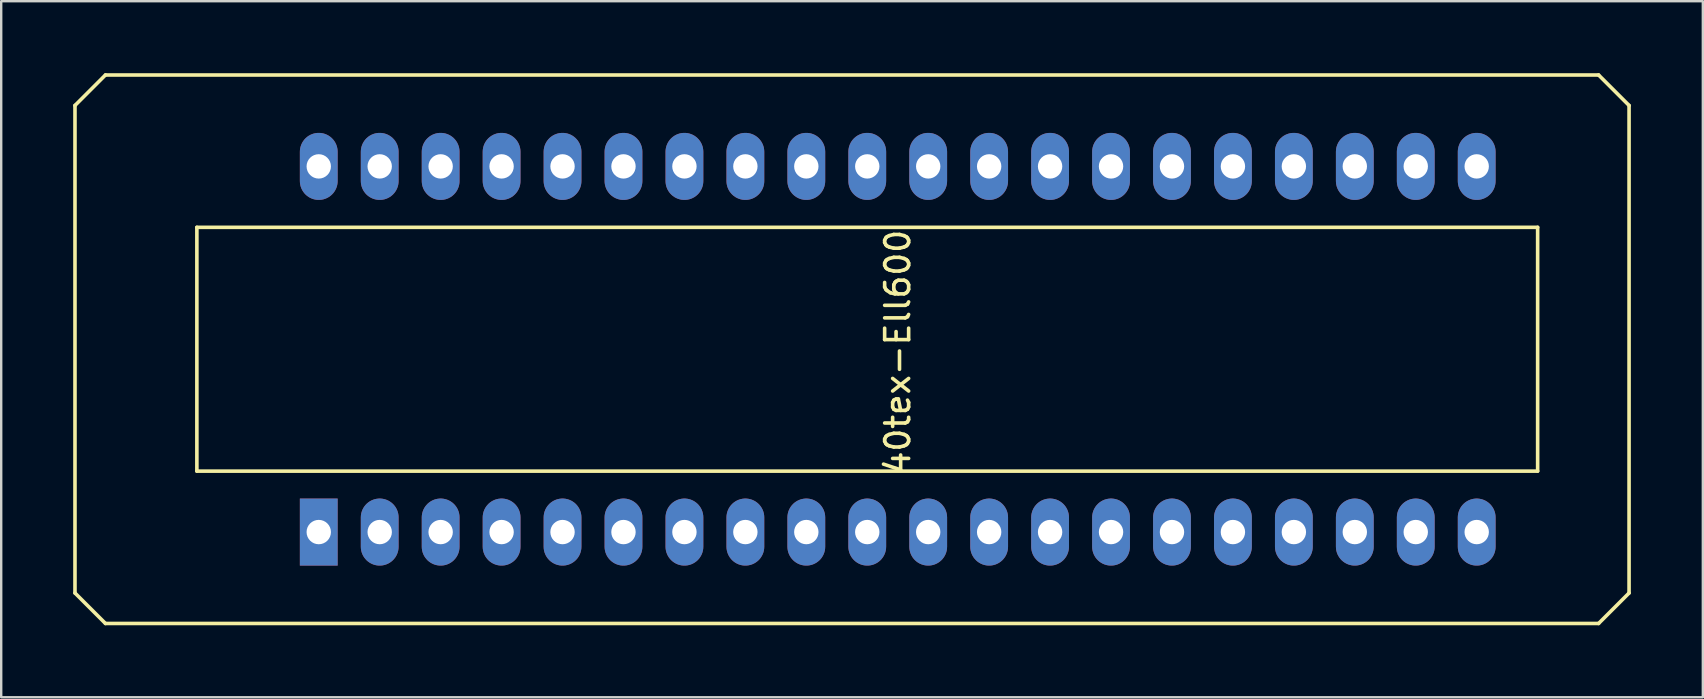
<source format=kicad_pcb>
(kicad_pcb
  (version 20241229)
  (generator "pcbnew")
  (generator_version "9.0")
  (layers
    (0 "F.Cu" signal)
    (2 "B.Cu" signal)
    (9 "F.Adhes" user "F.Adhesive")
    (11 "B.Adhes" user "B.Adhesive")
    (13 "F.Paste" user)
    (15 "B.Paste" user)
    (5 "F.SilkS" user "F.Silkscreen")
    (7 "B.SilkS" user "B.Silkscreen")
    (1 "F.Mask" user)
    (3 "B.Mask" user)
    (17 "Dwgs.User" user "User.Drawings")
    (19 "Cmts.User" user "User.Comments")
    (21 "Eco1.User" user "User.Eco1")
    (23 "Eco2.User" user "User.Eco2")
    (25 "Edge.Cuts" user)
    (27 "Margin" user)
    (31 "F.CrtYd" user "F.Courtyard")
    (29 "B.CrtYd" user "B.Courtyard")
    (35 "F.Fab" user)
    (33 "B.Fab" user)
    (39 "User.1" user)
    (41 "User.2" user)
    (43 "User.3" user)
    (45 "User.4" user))
  (footprint "40tex-Ell600"
    (layer "F.Cu")
    (at 34.365 11.505)
    (property "Reference" "40tex-Ell600" (at 0 0.122 90) (layer "F.SilkS") (effects (font (size 1 1) (thickness 0.15))))
    (attr through_hole)
    (fp_line (start -34.29 -10.16) (end -33.02 -11.43) (stroke (width 0.15) (type solid)) (layer "F.SilkS"))
    (fp_line (start -34.29 10.16) (end -34.29 -10.16) (stroke (width 0.15) (type solid)) (layer "F.SilkS"))
    (fp_line (start -33.02 -11.43) (end 29.21 -11.43) (stroke (width 0.15) (type solid)) (layer "F.SilkS"))
    (fp_line (start -33.02 11.43) (end -34.29 10.16) (stroke (width 0.15) (type solid)) (layer "F.SilkS"))
    (fp_line (start -29.21 -5.08) (end 26.67 -5.08) (stroke (width 0.15) (type solid)) (layer "F.SilkS"))
    (fp_line (start -29.21 5.08) (end -29.21 -5.08) (stroke (width 0.15) (type solid)) (layer "F.SilkS"))
    (fp_line (start 26.67 -5.08) (end 26.67 5.08) (stroke (width 0.15) (type solid)) (layer "F.SilkS"))
    (fp_line (start 26.67 5.08) (end -29.21 5.08) (stroke (width 0.15) (type solid)) (layer "F.SilkS"))
    (fp_line (start 29.21 11.43) (end -33.02 11.43) (stroke (width 0.15) (type solid)) (layer "F.SilkS"))
    (fp_line (start 29.21 11.43) (end 30.48 10.16) (stroke (width 0.15) (type solid)) (layer "F.SilkS"))
    (fp_line (start 30.48 -10.16) (end 29.21 -11.43) (stroke (width 0.15) (type solid)) (layer "F.SilkS"))
    (fp_line (start 30.48 10.16) (end 30.48 -10.16) (stroke (width 0.15) (type solid)) (layer "F.SilkS"))
    (pad "1" thru_hole rect (at -24.13 7.62) (size 1.575 2.794) (drill 1.016) (layers "*.Cu" "*.Mask"))
    (pad "2" thru_hole oval (at -21.59 7.62) (size 1.575 2.794) (drill 1.016) (layers "*.Cu" "*.Mask"))
    (pad "3" thru_hole oval (at -19.05 7.62) (size 1.575 2.794) (drill 1.016) (layers "*.Cu" "*.Mask"))
    (pad "4" thru_hole oval (at -16.51 7.62) (size 1.575 2.794) (drill 1.016) (layers "*.Cu" "*.Mask"))
    (pad "5" thru_hole oval (at -13.97 7.62) (size 1.575 2.794) (drill 1.016) (layers "*.Cu" "*.Mask"))
    (pad "6" thru_hole oval (at -11.43 7.62) (size 1.575 2.794) (drill 1.016) (layers "*.Cu" "*.Mask"))
    (pad "7" thru_hole oval (at -8.89 7.62) (size 1.575 2.794) (drill 1.016) (layers "*.Cu" "*.Mask"))
    (pad "8" thru_hole oval (at -6.35 7.62) (size 1.575 2.794) (drill 1.016) (layers "*.Cu" "*.Mask"))
    (pad "9" thru_hole oval (at -3.81 7.62) (size 1.575 2.794) (drill 1.016) (layers "*.Cu" "*.Mask"))
    (pad "10" thru_hole oval (at -1.27 7.62) (size 1.575 2.794) (drill 1.016) (layers "*.Cu" "*.Mask"))
    (pad "11" thru_hole oval (at 1.27 7.62) (size 1.575 2.794) (drill 1.016) (layers "*.Cu" "*.Mask"))
    (pad "12" thru_hole oval (at 3.81 7.62) (size 1.575 2.794) (drill 1.016) (layers "*.Cu" "*.Mask"))
    (pad "13" thru_hole oval (at 6.35 7.62) (size 1.575 2.794) (drill 1.016) (layers "*.Cu" "*.Mask"))
    (pad "14" thru_hole oval (at 8.89 7.62) (size 1.575 2.794) (drill 1.016) (layers "*.Cu" "*.Mask"))
    (pad "15" thru_hole oval (at 11.43 7.62) (size 1.575 2.794) (drill 1.016) (layers "*.Cu" "*.Mask"))
    (pad "16" thru_hole oval (at 13.97 7.62) (size 1.575 2.794) (drill 1.016) (layers "*.Cu" "*.Mask"))
    (pad "17" thru_hole oval (at 16.51 7.62) (size 1.575 2.794) (drill 1.016) (layers "*.Cu" "*.Mask"))
    (pad "18" thru_hole oval (at 19.05 7.62) (size 1.575 2.794) (drill 1.016) (layers "*.Cu" "*.Mask"))
    (pad "19" thru_hole oval (at 21.59 7.62) (size 1.575 2.794) (drill 1.016) (layers "*.Cu" "*.Mask"))
    (pad "20" thru_hole oval (at 24.13 7.62) (size 1.575 2.794) (drill 1.016) (layers "*.Cu" "*.Mask"))
    (pad "21" thru_hole oval (at 24.13 -7.62) (size 1.575 2.794) (drill 1.016) (layers "*.Cu" "*.Mask"))
    (pad "22" thru_hole oval (at 21.59 -7.62) (size 1.575 2.794) (drill 1.016) (layers "*.Cu" "*.Mask"))
    (pad "23" thru_hole oval (at 19.05 -7.62) (size 1.575 2.794) (drill 1.016) (layers "*.Cu" "*.Mask"))
    (pad "24" thru_hole oval (at 16.51 -7.62) (size 1.575 2.794) (drill 1.016) (layers "*.Cu" "*.Mask"))
    (pad "25" thru_hole oval (at 13.97 -7.62) (size 1.575 2.794) (drill 1.016) (layers "*.Cu" "*.Mask"))
    (pad "26" thru_hole oval (at 11.43 -7.62) (size 1.575 2.794) (drill 1.016) (layers "*.Cu" "*.Mask"))
    (pad "27" thru_hole oval (at 8.89 -7.62) (size 1.575 2.794) (drill 1.016) (layers "*.Cu" "*.Mask"))
    (pad "28" thru_hole oval (at 6.35 -7.62) (size 1.575 2.794) (drill 1.016) (layers "*.Cu" "*.Mask"))
    (pad "29" thru_hole oval (at 3.81 -7.62) (size 1.575 2.794) (drill 1.016) (layers "*.Cu" "*.Mask"))
    (pad "30" thru_hole oval (at 1.27 -7.62) (size 1.575 2.794) (drill 1.016) (layers "*.Cu" "*.Mask"))
    (pad "31" thru_hole oval (at -1.27 -7.62) (size 1.575 2.794) (drill 1.016) (layers "*.Cu" "*.Mask"))
    (pad "32" thru_hole oval (at -3.81 -7.62) (size 1.575 2.794) (drill 1.016) (layers "*.Cu" "*.Mask"))
    (pad "33" thru_hole oval (at -6.35 -7.62) (size 1.575 2.794) (drill 1.016) (layers "*.Cu" "*.Mask"))
    (pad "34" thru_hole oval (at -8.89 -7.62) (size 1.575 2.794) (drill 1.016) (layers "*.Cu" "*.Mask"))
    (pad "35" thru_hole oval (at -11.43 -7.62) (size 1.575 2.794) (drill 1.016) (layers "*.Cu" "*.Mask"))
    (pad "36" thru_hole oval (at -13.97 -7.62) (size 1.575 2.794) (drill 1.016) (layers "*.Cu" "*.Mask"))
    (pad "37" thru_hole oval (at -16.51 -7.62) (size 1.575 2.794) (drill 1.016) (layers "*.Cu" "*.Mask"))
    (pad "38" thru_hole oval (at -19.05 -7.62) (size 1.575 2.794) (drill 1.016) (layers "*.Cu" "*.Mask"))
    (pad "39" thru_hole oval (at -21.59 -7.62) (size 1.575 2.794) (drill 1.016) (layers "*.Cu" "*.Mask"))
    (pad "40" thru_hole oval (at -24.13 -7.62) (size 1.575 2.794) (drill 1.016) (layers "*.Cu" "*.Mask")))
  (gr_rect
    (start -3 -3)
    (end 67.92 26.01)
    (stroke (width 0.1) (type default))
    (fill no)
    (layer "Edge.Cuts")))
</source>
